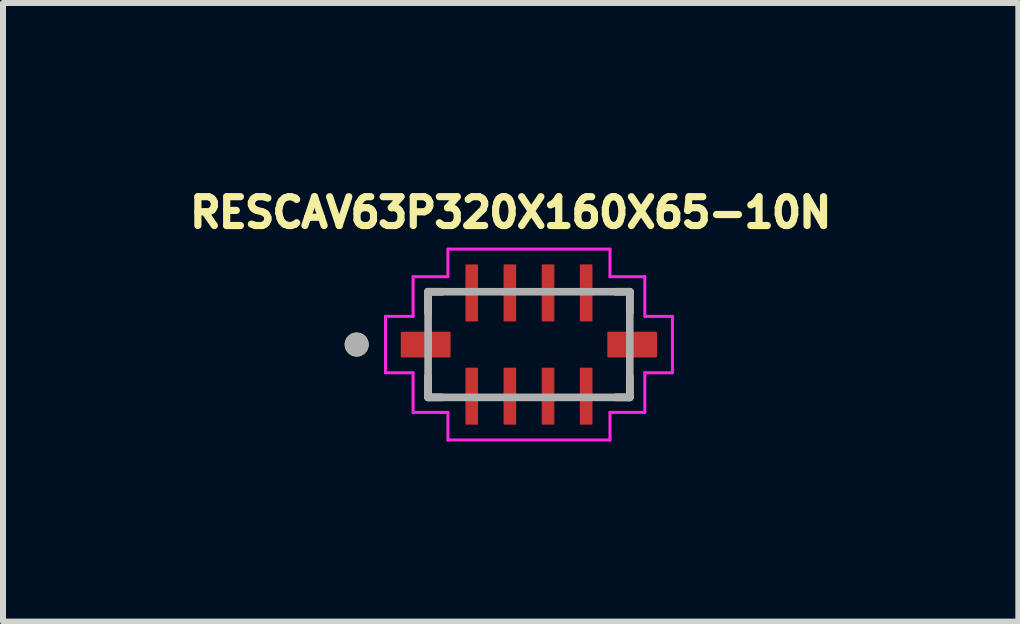
<source format=kicad_pcb>
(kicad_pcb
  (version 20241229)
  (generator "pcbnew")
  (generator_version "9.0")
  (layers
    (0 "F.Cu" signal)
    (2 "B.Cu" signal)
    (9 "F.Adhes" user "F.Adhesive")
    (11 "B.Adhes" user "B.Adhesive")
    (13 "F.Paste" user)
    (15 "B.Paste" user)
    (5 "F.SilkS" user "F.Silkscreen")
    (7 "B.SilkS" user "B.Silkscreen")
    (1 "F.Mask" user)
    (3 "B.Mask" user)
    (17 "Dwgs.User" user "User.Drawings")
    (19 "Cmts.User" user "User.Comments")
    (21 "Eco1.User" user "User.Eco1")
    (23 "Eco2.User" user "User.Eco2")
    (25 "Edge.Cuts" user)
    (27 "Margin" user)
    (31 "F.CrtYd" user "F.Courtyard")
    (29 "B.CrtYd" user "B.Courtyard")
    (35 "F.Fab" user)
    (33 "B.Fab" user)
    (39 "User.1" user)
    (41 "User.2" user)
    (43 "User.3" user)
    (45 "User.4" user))
  (footprint "RESCAV63P320X160X65-10N"
    (layer "F.Cu")
    (at 5.762 2.69)
    (property "Reference" "RESCAV63P320X160X65-10N" (at -0.304 -2.199 0) (layer "F.SilkS") (effects (font (size 0.48 0.48) (thickness 0.15))))
    (attr through_hole)
    (fp_line (start -1.68 -0.88) (end -1.68 -0.53) (stroke (width 0.127) (type solid)) (layer "F.SilkS"))
    (fp_line (start -1.68 -0.88) (end -1.447 -0.88) (stroke (width 0.127) (type solid)) (layer "F.SilkS"))
    (fp_line (start -1.68 0.53) (end -1.68 0.88) (stroke (width 0.127) (type solid)) (layer "F.SilkS"))
    (fp_line (start -1.68 0.88) (end -1.447 0.88) (stroke (width 0.127) (type solid)) (layer "F.SilkS"))
    (fp_line (start 1.447 -0.88) (end 1.68 -0.88) (stroke (width 0.127) (type solid)) (layer "F.SilkS"))
    (fp_line (start 1.68 -0.88) (end 1.68 -0.53) (stroke (width 0.127) (type solid)) (layer "F.SilkS"))
    (fp_line (start 1.68 0.53) (end 1.68 0.88) (stroke (width 0.127) (type solid)) (layer "F.SilkS"))
    (fp_line (start 1.68 0.88) (end 1.447 0.88) (stroke (width 0.127) (type solid)) (layer "F.SilkS"))
    (fp_circle (center -2.87 0) (end -2.77 0) (stroke (width 0.2) (type solid)) (fill no) (layer "F.SilkS"))
    (fp_line (start -2.39 -0.47) (end -1.93 -0.47) (stroke (width 0.05) (type solid)) (layer "F.CrtYd"))
    (fp_line (start -2.39 0.47) (end -2.39 -0.47) (stroke (width 0.05) (type solid)) (layer "F.CrtYd"))
    (fp_line (start -2.39 0.47) (end -1.93 0.47) (stroke (width 0.05) (type solid)) (layer "F.CrtYd"))
    (fp_line (start -1.93 -1.13) (end -1.35 -1.13) (stroke (width 0.05) (type solid)) (layer "F.CrtYd"))
    (fp_line (start -1.93 -0.47) (end -1.93 -1.13) (stroke (width 0.05) (type solid)) (layer "F.CrtYd"))
    (fp_line (start -1.93 0.47) (end -1.93 1.13) (stroke (width 0.05) (type solid)) (layer "F.CrtYd"))
    (fp_line (start -1.93 1.13) (end -1.35 1.13) (stroke (width 0.05) (type solid)) (layer "F.CrtYd"))
    (fp_line (start -1.35 -1.59) (end 1.35 -1.59) (stroke (width 0.05) (type solid)) (layer "F.CrtYd"))
    (fp_line (start -1.35 -1.13) (end -1.35 -1.59) (stroke (width 0.05) (type solid)) (layer "F.CrtYd"))
    (fp_line (start -1.35 1.13) (end -1.35 1.59) (stroke (width 0.05) (type solid)) (layer "F.CrtYd"))
    (fp_line (start 1.35 -1.13) (end 1.35 -1.59) (stroke (width 0.05) (type solid)) (layer "F.CrtYd"))
    (fp_line (start 1.35 1.13) (end 1.35 1.59) (stroke (width 0.05) (type solid)) (layer "F.CrtYd"))
    (fp_line (start 1.35 1.59) (end -1.35 1.59) (stroke (width 0.05) (type solid)) (layer "F.CrtYd"))
    (fp_line (start 1.93 -1.13) (end 1.35 -1.13) (stroke (width 0.05) (type solid)) (layer "F.CrtYd"))
    (fp_line (start 1.93 -0.47) (end 1.93 -1.13) (stroke (width 0.05) (type solid)) (layer "F.CrtYd"))
    (fp_line (start 1.93 0.47) (end 1.93 1.13) (stroke (width 0.05) (type solid)) (layer "F.CrtYd"))
    (fp_line (start 1.93 1.13) (end 1.35 1.13) (stroke (width 0.05) (type solid)) (layer "F.CrtYd"))
    (fp_line (start 2.39 -0.47) (end 1.93 -0.47) (stroke (width 0.05) (type solid)) (layer "F.CrtYd"))
    (fp_line (start 2.39 0.47) (end 1.93 0.47) (stroke (width 0.05) (type solid)) (layer "F.CrtYd"))
    (fp_line (start 2.39 0.47) (end 2.39 -0.47) (stroke (width 0.05) (type solid)) (layer "F.CrtYd"))
    (fp_line (start -1.68 -0.88) (end 1.68 -0.88) (stroke (width 0.127) (type solid)) (layer "F.Fab"))
    (fp_line (start -1.68 0.88) (end -1.68 -0.88) (stroke (width 0.127) (type solid)) (layer "F.Fab"))
    (fp_line (start 1.68 -0.88) (end 1.68 0.88) (stroke (width 0.127) (type solid)) (layer "F.Fab"))
    (fp_line (start 1.68 0.88) (end -1.68 0.88) (stroke (width 0.127) (type solid)) (layer "F.Fab"))
    (fp_circle (center -2.87 0) (end -2.77 0) (stroke (width 0.2) (type solid)) (fill no) (layer "F.Fab"))
    (pad "1" smd roundrect (at -1.72 0) (size 0.83 0.43) (layers "F.Cu" "F.Mask" "F.Paste") (roundrect_rratio 0.05))
    (pad "2" smd roundrect (at -0.953 0.86) (size 0.21 0.95) (layers "F.Cu" "F.Mask" "F.Paste") (roundrect_rratio 0.05))
    (pad "3" smd roundrect (at -0.318 0.86) (size 0.21 0.95) (layers "F.Cu" "F.Mask" "F.Paste") (roundrect_rratio 0.05))
    (pad "4" smd roundrect (at 0.318 0.86) (size 0.21 0.95) (layers "F.Cu" "F.Mask" "F.Paste") (roundrect_rratio 0.05))
    (pad "5" smd roundrect (at 0.953 0.86) (size 0.21 0.95) (layers "F.Cu" "F.Mask" "F.Paste") (roundrect_rratio 0.05))
    (pad "6" smd roundrect (at 1.72 0) (size 0.83 0.43) (layers "F.Cu" "F.Mask" "F.Paste") (roundrect_rratio 0.05))
    (pad "7" smd roundrect (at 0.953 -0.86) (size 0.21 0.95) (layers "F.Cu" "F.Mask" "F.Paste") (roundrect_rratio 0.05))
    (pad "8" smd roundrect (at 0.318 -0.86) (size 0.21 0.95) (layers "F.Cu" "F.Mask" "F.Paste") (roundrect_rratio 0.05))
    (pad "9" smd roundrect (at -0.318 -0.86) (size 0.21 0.95) (layers "F.Cu" "F.Mask" "F.Paste") (roundrect_rratio 0.05))
    (pad "10" smd roundrect (at -0.953 -0.86) (size 0.21 0.95) (layers "F.Cu" "F.Mask" "F.Paste") (roundrect_rratio 0.05)))
  (gr_rect
    (start -3 -3)
    (end 13.915 7.305)
    (stroke (width 0.1) (type default))
    (fill no)
    (layer "Edge.Cuts")))
</source>
